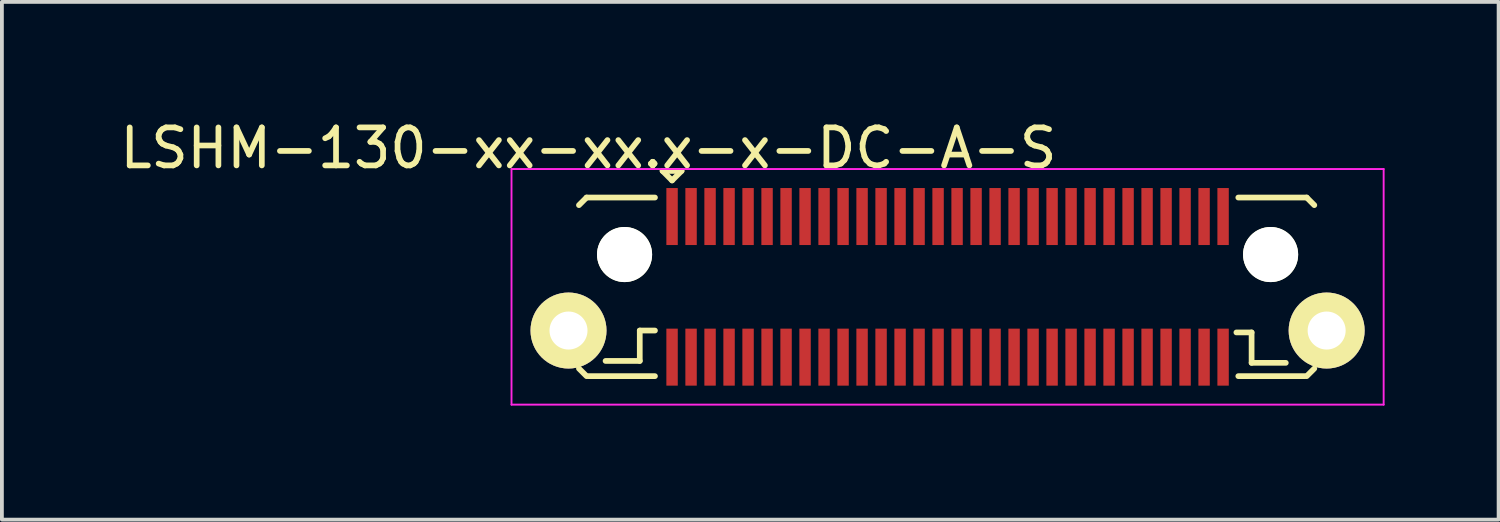
<source format=kicad_pcb>
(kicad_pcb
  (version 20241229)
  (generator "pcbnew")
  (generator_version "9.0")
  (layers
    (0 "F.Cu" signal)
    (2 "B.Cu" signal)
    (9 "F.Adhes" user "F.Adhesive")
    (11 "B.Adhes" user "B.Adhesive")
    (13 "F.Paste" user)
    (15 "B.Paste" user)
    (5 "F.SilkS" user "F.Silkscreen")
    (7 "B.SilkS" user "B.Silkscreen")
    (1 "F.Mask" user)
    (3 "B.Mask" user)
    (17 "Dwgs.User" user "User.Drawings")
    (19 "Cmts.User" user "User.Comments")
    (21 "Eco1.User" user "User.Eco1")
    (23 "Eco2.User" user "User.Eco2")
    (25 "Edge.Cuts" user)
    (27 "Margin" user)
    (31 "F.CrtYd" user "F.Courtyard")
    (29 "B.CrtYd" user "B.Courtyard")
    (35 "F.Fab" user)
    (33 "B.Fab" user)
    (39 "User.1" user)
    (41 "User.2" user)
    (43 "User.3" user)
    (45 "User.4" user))
  (footprint "LSHM-130-xx-xx.x-x-DC-A-S"
    (layer "F.Cu")
    (at 21.885 4.498)
    (property "Reference" "LSHM-130-xx-xx.x-x-DC-A-S" (at -9.45 -3.65 0) (layer "F.SilkS") (effects (font (size 1 1) (thickness 0.15))))
    (attr smd)
    (fp_line (start -9.5 -2.35) (end -9.7 -2.15) (stroke (width 0.15) (type solid)) (layer "F.SilkS"))
    (fp_line (start -9.5 -2.35) (end -7.7 -2.35) (stroke (width 0.15) (type solid)) (layer "F.SilkS"))
    (fp_line (start -9.5 2.35) (end -9.7 2.15) (stroke (width 0.15) (type solid)) (layer "F.SilkS"))
    (fp_line (start -9.45 2.35) (end -7.7 2.35) (stroke (width 0.15) (type solid)) (layer "F.SilkS"))
    (fp_line (start -8.1 1.15) (end -7.7 1.15) (stroke (width 0.15) (type solid)) (layer "F.SilkS"))
    (fp_line (start -8.1 1.95) (end -9 1.95) (stroke (width 0.15) (type solid)) (layer "F.SilkS"))
    (fp_line (start -8.1 1.95) (end -8.1 1.15) (stroke (width 0.15) (type solid)) (layer "F.SilkS"))
    (fp_line (start -7.5 -3.05) (end -7.25 -2.8) (stroke (width 0.15) (type solid)) (layer "F.SilkS"))
    (fp_line (start -7.25 -2.8) (end -7 -3.05) (stroke (width 0.15) (type solid)) (layer "F.SilkS"))
    (fp_line (start -7 -3.05) (end -7.5 -3.05) (stroke (width 0.15) (type solid)) (layer "F.SilkS"))
    (fp_line (start 7.6 1.2) (end 8 1.2) (stroke (width 0.15) (type solid)) (layer "F.SilkS"))
    (fp_line (start 7.65 -2.35) (end 9.45 -2.35) (stroke (width 0.15) (type solid)) (layer "F.SilkS"))
    (fp_line (start 7.65 2.35) (end 9.4 2.35) (stroke (width 0.15) (type solid)) (layer "F.SilkS"))
    (fp_line (start 8 2) (end 8 1.2) (stroke (width 0.15) (type solid)) (layer "F.SilkS"))
    (fp_line (start 8.9 2) (end 8 2) (stroke (width 0.15) (type solid)) (layer "F.SilkS"))
    (fp_line (start 9.45 -2.35) (end 9.65 -2.15) (stroke (width 0.15) (type solid)) (layer "F.SilkS"))
    (fp_line (start 9.45 2.35) (end 9.65 2.15) (stroke (width 0.15) (type solid)) (layer "F.SilkS"))
    (fp_line (start -11.475 -3.1) (end 11.475 -3.1) (stroke (width 0.05) (type solid)) (layer "F.CrtYd"))
    (fp_line (start -11.475 3.1) (end -11.475 -3.1) (stroke (width 0.05) (type solid)) (layer "F.CrtYd"))
    (fp_line (start -11.475 3.1) (end 11.475 3.1) (stroke (width 0.05) (type solid)) (layer "F.CrtYd"))
    (fp_line (start 11.475 3.1) (end 11.475 -3.1) (stroke (width 0.05) (type solid)) (layer "F.CrtYd"))
    (pad "" np_thru_hole circle (at -8.5 -0.85) (size 1.45 1.45) (drill 1.45) (layers "*.Cu" "*.Mask" "F.SilkS"))
    (pad "" np_thru_hole circle (at 8.5 -0.85) (size 1.45 1.45) (drill 1.45) (layers "*.Cu" "*.Mask" "F.SilkS"))
    (pad "1" smd rect (at -7.25 -1.85) (size 0.3 1.5) (layers "F.Cu" "F.Mask" "F.Paste"))
    (pad "2" smd rect (at -7.25 1.85) (size 0.3 1.5) (layers "F.Cu" "F.Mask" "F.Paste"))
    (pad "3" smd rect (at -6.75 -1.85) (size 0.3 1.5) (layers "F.Cu" "F.Mask" "F.Paste"))
    (pad "4" smd rect (at -6.75 1.85) (size 0.3 1.5) (layers "F.Cu" "F.Mask" "F.Paste"))
    (pad "5" smd rect (at -6.25 -1.85) (size 0.3 1.5) (layers "F.Cu" "F.Mask" "F.Paste"))
    (pad "6" smd rect (at -6.25 1.85) (size 0.3 1.5) (layers "F.Cu" "F.Mask" "F.Paste"))
    (pad "7" smd rect (at -5.75 -1.85) (size 0.3 1.5) (layers "F.Cu" "F.Mask" "F.Paste"))
    (pad "8" smd rect (at -5.75 1.85) (size 0.3 1.5) (layers "F.Cu" "F.Mask" "F.Paste"))
    (pad "9" smd rect (at -5.25 -1.85) (size 0.3 1.5) (layers "F.Cu" "F.Mask" "F.Paste"))
    (pad "10" smd rect (at -5.25 1.85) (size 0.3 1.5) (layers "F.Cu" "F.Mask" "F.Paste"))
    (pad "11" smd rect (at -4.75 -1.85) (size 0.3 1.5) (layers "F.Cu" "F.Mask" "F.Paste"))
    (pad "12" smd rect (at -4.75 1.85) (size 0.3 1.5) (layers "F.Cu" "F.Mask" "F.Paste"))
    (pad "13" smd rect (at -4.25 -1.85) (size 0.3 1.5) (layers "F.Cu" "F.Mask" "F.Paste"))
    (pad "14" smd rect (at -4.25 1.85) (size 0.3 1.5) (layers "F.Cu" "F.Mask" "F.Paste"))
    (pad "15" smd rect (at -3.75 -1.85) (size 0.3 1.5) (layers "F.Cu" "F.Mask" "F.Paste"))
    (pad "16" smd rect (at -3.75 1.85) (size 0.3 1.5) (layers "F.Cu" "F.Mask" "F.Paste"))
    (pad "17" smd rect (at -3.25 -1.85) (size 0.3 1.5) (layers "F.Cu" "F.Mask" "F.Paste"))
    (pad "18" smd rect (at -3.25 1.85) (size 0.3 1.5) (layers "F.Cu" "F.Mask" "F.Paste"))
    (pad "19" smd rect (at -2.75 -1.85) (size 0.3 1.5) (layers "F.Cu" "F.Mask" "F.Paste"))
    (pad "20" smd rect (at -2.75 1.85) (size 0.3 1.5) (layers "F.Cu" "F.Mask" "F.Paste"))
    (pad "21" smd rect (at -2.25 -1.85) (size 0.3 1.5) (layers "F.Cu" "F.Mask" "F.Paste"))
    (pad "22" smd rect (at -2.25 1.85) (size 0.3 1.5) (layers "F.Cu" "F.Mask" "F.Paste"))
    (pad "23" smd rect (at -1.75 -1.85) (size 0.3 1.5) (layers "F.Cu" "F.Mask" "F.Paste"))
    (pad "24" smd rect (at -1.75 1.85) (size 0.3 1.5) (layers "F.Cu" "F.Mask" "F.Paste"))
    (pad "25" smd rect (at -1.25 -1.85) (size 0.3 1.5) (layers "F.Cu" "F.Mask" "F.Paste"))
    (pad "26" smd rect (at -1.25 1.85) (size 0.3 1.5) (layers "F.Cu" "F.Mask" "F.Paste"))
    (pad "27" smd rect (at -0.75 -1.85) (size 0.3 1.5) (layers "F.Cu" "F.Mask" "F.Paste"))
    (pad "28" smd rect (at -0.75 1.85) (size 0.3 1.5) (layers "F.Cu" "F.Mask" "F.Paste"))
    (pad "29" smd rect (at -0.25 -1.85) (size 0.3 1.5) (layers "F.Cu" "F.Mask" "F.Paste"))
    (pad "30" smd rect (at -0.25 1.85) (size 0.3 1.5) (layers "F.Cu" "F.Mask" "F.Paste"))
    (pad "31" smd rect (at 0.25 -1.85) (size 0.3 1.5) (layers "F.Cu" "F.Mask" "F.Paste"))
    (pad "32" smd rect (at 0.25 1.85) (size 0.3 1.5) (layers "F.Cu" "F.Mask" "F.Paste"))
    (pad "33" smd rect (at 0.75 -1.85) (size 0.3 1.5) (layers "F.Cu" "F.Mask" "F.Paste"))
    (pad "34" smd rect (at 0.75 1.85) (size 0.3 1.5) (layers "F.Cu" "F.Mask" "F.Paste"))
    (pad "35" smd rect (at 1.25 -1.85) (size 0.3 1.5) (layers "F.Cu" "F.Mask" "F.Paste"))
    (pad "36" smd rect (at 1.25 1.85) (size 0.3 1.5) (layers "F.Cu" "F.Mask" "F.Paste"))
    (pad "37" smd rect (at 1.75 -1.85) (size 0.3 1.5) (layers "F.Cu" "F.Mask" "F.Paste"))
    (pad "38" smd rect (at 1.75 1.85) (size 0.3 1.5) (layers "F.Cu" "F.Mask" "F.Paste"))
    (pad "39" smd rect (at 2.25 -1.85) (size 0.3 1.5) (layers "F.Cu" "F.Mask" "F.Paste"))
    (pad "40" smd rect (at 2.25 1.85) (size 0.3 1.5) (layers "F.Cu" "F.Mask" "F.Paste"))
    (pad "41" smd rect (at 2.75 -1.85) (size 0.3 1.5) (layers "F.Cu" "F.Mask" "F.Paste"))
    (pad "42" smd rect (at 2.75 1.85) (size 0.3 1.5) (layers "F.Cu" "F.Mask" "F.Paste"))
    (pad "43" smd rect (at 3.25 -1.85) (size 0.3 1.5) (layers "F.Cu" "F.Mask" "F.Paste"))
    (pad "44" smd rect (at 3.25 1.85) (size 0.3 1.5) (layers "F.Cu" "F.Mask" "F.Paste"))
    (pad "45" smd rect (at 3.75 -1.85) (size 0.3 1.5) (layers "F.Cu" "F.Mask" "F.Paste"))
    (pad "46" smd rect (at 3.75 1.85) (size 0.3 1.5) (layers "F.Cu" "F.Mask" "F.Paste"))
    (pad "47" smd rect (at 4.25 -1.85) (size 0.3 1.5) (layers "F.Cu" "F.Mask" "F.Paste"))
    (pad "48" smd rect (at 4.25 1.85) (size 0.3 1.5) (layers "F.Cu" "F.Mask" "F.Paste"))
    (pad "49" smd rect (at 4.75 -1.85) (size 0.3 1.5) (layers "F.Cu" "F.Mask" "F.Paste"))
    (pad "50" smd rect (at 4.75 1.85) (size 0.3 1.5) (layers "F.Cu" "F.Mask" "F.Paste"))
    (pad "51" smd rect (at 5.25 -1.85) (size 0.3 1.5) (layers "F.Cu" "F.Mask" "F.Paste"))
    (pad "52" smd rect (at 5.25 1.85) (size 0.3 1.5) (layers "F.Cu" "F.Mask" "F.Paste"))
    (pad "53" smd rect (at 5.75 -1.85) (size 0.3 1.5) (layers "F.Cu" "F.Mask" "F.Paste"))
    (pad "54" smd rect (at 5.75 1.85) (size 0.3 1.5) (layers "F.Cu" "F.Mask" "F.Paste"))
    (pad "55" smd rect (at 6.25 -1.85) (size 0.3 1.5) (layers "F.Cu" "F.Mask" "F.Paste"))
    (pad "56" smd rect (at 6.25 1.85) (size 0.3 1.5) (layers "F.Cu" "F.Mask" "F.Paste"))
    (pad "57" smd rect (at 6.75 -1.85) (size 0.3 1.5) (layers "F.Cu" "F.Mask" "F.Paste"))
    (pad "58" smd rect (at 6.75 1.85) (size 0.3 1.5) (layers "F.Cu" "F.Mask" "F.Paste"))
    (pad "59" smd rect (at 7.25 -1.85) (size 0.3 1.5) (layers "F.Cu" "F.Mask" "F.Paste"))
    (pad "60" smd rect (at 7.25 1.85) (size 0.3 1.5) (layers "F.Cu" "F.Mask" "F.Paste"))
    (pad "61" thru_hole circle (at -9.975 1.15) (size 2 2) (drill 1) (layers "*.Cu" "*.Mask" "F.SilkS"))
    (pad "61" thru_hole circle (at 9.975 1.15) (size 2 2) (drill 1) (layers "*.Cu" "*.Mask" "F.SilkS")))
  (gr_rect
    (start -3 -3)
    (end 36.385 10.623)
    (stroke (width 0.1) (type default))
    (fill no)
    (layer "Edge.Cuts")))
</source>
